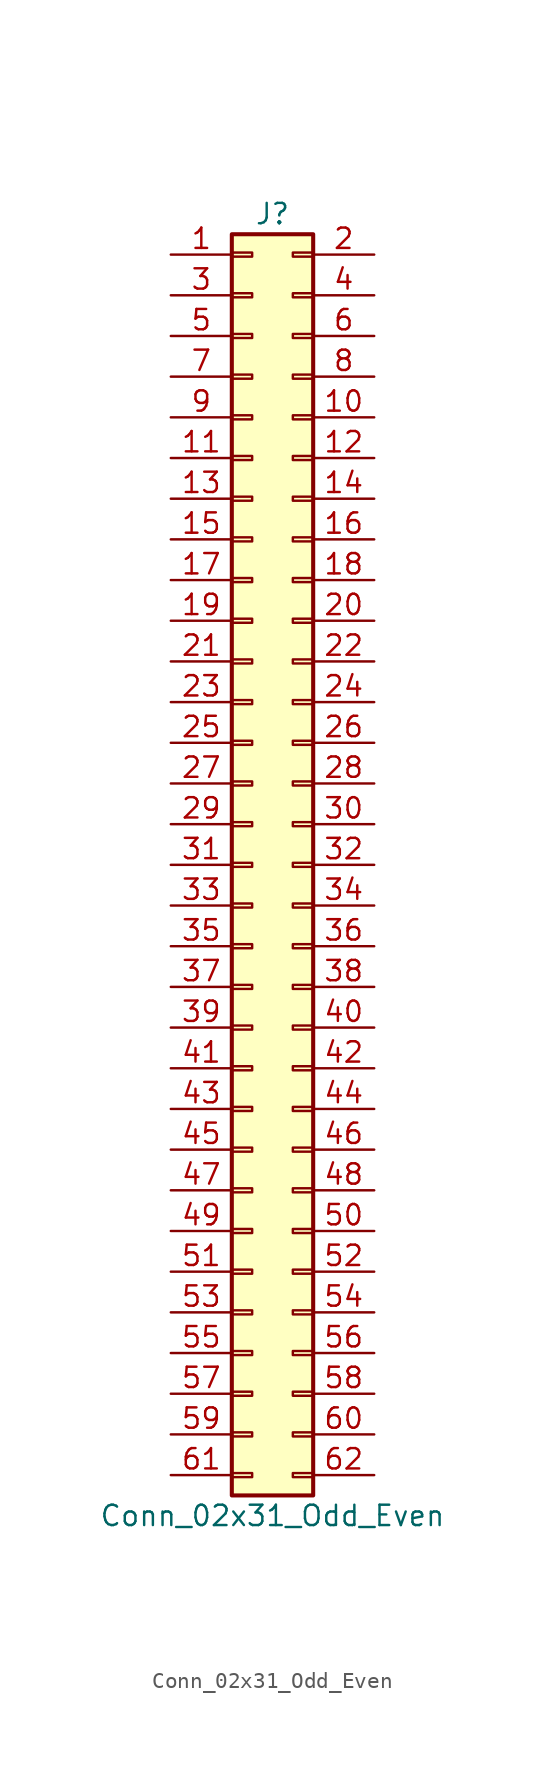
<source format=kicad_sym>
(kicad_symbol_lib
  (version 20201005)
  (generator kicad_symbol_editor)
  (symbol "Conn_02x31_Odd_Even"
    (pin_names
      (offset 1.016) hide)
    (property "Reference" "J"
      (at 1.27 40.64 0)
      (effects (font (size 1.27 1.27))))
    (property "Value" "Conn_02x31_Odd_Even"
      (at 1.27 -40.64 0)
      (effects (font (size 1.27 1.27))))
    (symbol "Conn_02x31_Odd_Even_1_1"
      (rectangle (start -1.27 -37.973) (end 0 -38.227) (stroke (width 0.152)) (fill (type none)))
      (rectangle (start -1.27 -35.433) (end 0 -35.687) (stroke (width 0.152)) (fill (type none)))
      (rectangle (start -1.27 -32.893) (end 0 -33.147) (stroke (width 0.152)) (fill (type none)))
      (rectangle (start -1.27 -30.353) (end 0 -30.607) (stroke (width 0.152)) (fill (type none)))
      (rectangle (start -1.27 -27.813) (end 0 -28.067) (stroke (width 0.152)) (fill (type none)))
      (rectangle (start -1.27 -25.273) (end 0 -25.527) (stroke (width 0.152)) (fill (type none)))
      (rectangle (start -1.27 -22.733) (end 0 -22.987) (stroke (width 0.152)) (fill (type none)))
      (rectangle (start -1.27 -20.193) (end 0 -20.447) (stroke (width 0.152)) (fill (type none)))
      (rectangle (start -1.27 -17.653) (end 0 -17.907) (stroke (width 0.152)) (fill (type none)))
      (rectangle (start -1.27 -15.113) (end 0 -15.367) (stroke (width 0.152)) (fill (type none)))
      (rectangle (start -1.27 -12.573) (end 0 -12.827) (stroke (width 0.152)) (fill (type none)))
      (rectangle (start -1.27 -10.033) (end 0 -10.287) (stroke (width 0.152)) (fill (type none)))
      (rectangle (start -1.27 -7.493) (end 0 -7.747) (stroke (width 0.152)) (fill (type none)))
      (rectangle (start -1.27 -4.953) (end 0 -5.207) (stroke (width 0.152)) (fill (type none)))
      (rectangle (start -1.27 -2.413) (end 0 -2.667) (stroke (width 0.152)) (fill (type none)))
      (rectangle (start -1.27 0.127) (end 0 -0.127) (stroke (width 0.152)) (fill (type none)))
      (rectangle (start -1.27 2.667) (end 0 2.413) (stroke (width 0.152)) (fill (type none)))
      (rectangle (start -1.27 5.207) (end 0 4.953) (stroke (width 0.152)) (fill (type none)))
      (rectangle (start -1.27 7.747) (end 0 7.493) (stroke (width 0.152)) (fill (type none)))
      (rectangle (start -1.27 10.287) (end 0 10.033) (stroke (width 0.152)) (fill (type none)))
      (rectangle (start -1.27 12.827) (end 0 12.573) (stroke (width 0.152)) (fill (type none)))
      (rectangle (start -1.27 15.367) (end 0 15.113) (stroke (width 0.152)) (fill (type none)))
      (rectangle (start -1.27 17.907) (end 0 17.653) (stroke (width 0.152)) (fill (type none)))
      (rectangle (start -1.27 20.447) (end 0 20.193) (stroke (width 0.152)) (fill (type none)))
      (rectangle (start -1.27 22.987) (end 0 22.733) (stroke (width 0.152)) (fill (type none)))
      (rectangle (start -1.27 25.527) (end 0 25.273) (stroke (width 0.152)) (fill (type none)))
      (rectangle (start -1.27 28.067) (end 0 27.813) (stroke (width 0.152)) (fill (type none)))
      (rectangle (start -1.27 30.607) (end 0 30.353) (stroke (width 0.152)) (fill (type none)))
      (rectangle (start -1.27 33.147) (end 0 32.893) (stroke (width 0.152)) (fill (type none)))
      (rectangle (start -1.27 35.687) (end 0 35.433) (stroke (width 0.152)) (fill (type none)))
      (rectangle (start -1.27 38.227) (end 0 37.973) (stroke (width 0.152)) (fill (type none)))
      (rectangle (start 3.81 -37.973) (end 2.54 -38.227) (stroke (width 0.152)) (fill (type none)))
      (rectangle (start 3.81 -35.433) (end 2.54 -35.687) (stroke (width 0.152)) (fill (type none)))
      (rectangle (start 3.81 -32.893) (end 2.54 -33.147) (stroke (width 0.152)) (fill (type none)))
      (rectangle (start 3.81 -30.353) (end 2.54 -30.607) (stroke (width 0.152)) (fill (type none)))
      (rectangle (start 3.81 -27.813) (end 2.54 -28.067) (stroke (width 0.152)) (fill (type none)))
      (rectangle (start 3.81 -25.273) (end 2.54 -25.527) (stroke (width 0.152)) (fill (type none)))
      (rectangle (start 3.81 -22.733) (end 2.54 -22.987) (stroke (width 0.152)) (fill (type none)))
      (rectangle (start 3.81 -20.193) (end 2.54 -20.447) (stroke (width 0.152)) (fill (type none)))
      (rectangle (start 3.81 -17.653) (end 2.54 -17.907) (stroke (width 0.152)) (fill (type none)))
      (rectangle (start 3.81 -15.113) (end 2.54 -15.367) (stroke (width 0.152)) (fill (type none)))
      (rectangle (start 3.81 -12.573) (end 2.54 -12.827) (stroke (width 0.152)) (fill (type none)))
      (rectangle (start 3.81 -10.033) (end 2.54 -10.287) (stroke (width 0.152)) (fill (type none)))
      (rectangle (start 3.81 -7.493) (end 2.54 -7.747) (stroke (width 0.152)) (fill (type none)))
      (rectangle (start 3.81 -4.953) (end 2.54 -5.207) (stroke (width 0.152)) (fill (type none)))
      (rectangle (start 3.81 -2.413) (end 2.54 -2.667) (stroke (width 0.152)) (fill (type none)))
      (rectangle (start 3.81 0.127) (end 2.54 -0.127) (stroke (width 0.152)) (fill (type none)))
      (rectangle (start 3.81 2.667) (end 2.54 2.413) (stroke (width 0.152)) (fill (type none)))
      (rectangle (start 3.81 5.207) (end 2.54 4.953) (stroke (width 0.152)) (fill (type none)))
      (rectangle (start 3.81 7.747) (end 2.54 7.493) (stroke (width 0.152)) (fill (type none)))
      (rectangle (start 3.81 10.287) (end 2.54 10.033) (stroke (width 0.152)) (fill (type none)))
      (rectangle (start 3.81 12.827) (end 2.54 12.573) (stroke (width 0.152)) (fill (type none)))
      (rectangle (start 3.81 15.367) (end 2.54 15.113) (stroke (width 0.152)) (fill (type none)))
      (rectangle (start 3.81 17.907) (end 2.54 17.653) (stroke (width 0.152)) (fill (type none)))
      (rectangle (start 3.81 20.447) (end 2.54 20.193) (stroke (width 0.152)) (fill (type none)))
      (rectangle (start 3.81 22.987) (end 2.54 22.733) (stroke (width 0.152)) (fill (type none)))
      (rectangle (start 3.81 25.527) (end 2.54 25.273) (stroke (width 0.152)) (fill (type none)))
      (rectangle (start 3.81 28.067) (end 2.54 27.813) (stroke (width 0.152)) (fill (type none)))
      (rectangle (start 3.81 30.607) (end 2.54 30.353) (stroke (width 0.152)) (fill (type none)))
      (rectangle (start 3.81 33.147) (end 2.54 32.893) (stroke (width 0.152)) (fill (type none)))
      (rectangle (start 3.81 35.687) (end 2.54 35.433) (stroke (width 0.152)) (fill (type none)))
      (rectangle (start 3.81 38.227) (end 2.54 37.973) (stroke (width 0.152)) (fill (type none)))
      (rectangle (start -1.27 39.37) (end 3.81 -39.37) (stroke (width 0.254)) (fill (type background)))
      (pin passive line (at -5.08 38.1 0) (length 3.81) (name "Pin_1" (effects (font (size 1.27 1.27)))) (number "1" (effects (font (size 1.27 1.27)))))
      (pin passive line (at 7.62 27.94 180) (length 3.81) (name "Pin_10" (effects (font (size 1.27 1.27)))) (number "10" (effects (font (size 1.27 1.27)))))
      (pin passive line (at -5.08 25.4 0) (length 3.81) (name "Pin_11" (effects (font (size 1.27 1.27)))) (number "11" (effects (font (size 1.27 1.27)))))
      (pin passive line (at 7.62 25.4 180) (length 3.81) (name "Pin_12" (effects (font (size 1.27 1.27)))) (number "12" (effects (font (size 1.27 1.27)))))
      (pin passive line (at -5.08 22.86 0) (length 3.81) (name "Pin_13" (effects (font (size 1.27 1.27)))) (number "13" (effects (font (size 1.27 1.27)))))
      (pin passive line (at 7.62 22.86 180) (length 3.81) (name "Pin_14" (effects (font (size 1.27 1.27)))) (number "14" (effects (font (size 1.27 1.27)))))
      (pin passive line (at -5.08 20.32 0) (length 3.81) (name "Pin_15" (effects (font (size 1.27 1.27)))) (number "15" (effects (font (size 1.27 1.27)))))
      (pin passive line (at 7.62 20.32 180) (length 3.81) (name "Pin_16" (effects (font (size 1.27 1.27)))) (number "16" (effects (font (size 1.27 1.27)))))
      (pin passive line (at -5.08 17.78 0) (length 3.81) (name "Pin_17" (effects (font (size 1.27 1.27)))) (number "17" (effects (font (size 1.27 1.27)))))
      (pin passive line (at 7.62 17.78 180) (length 3.81) (name "Pin_18" (effects (font (size 1.27 1.27)))) (number "18" (effects (font (size 1.27 1.27)))))
      (pin passive line (at -5.08 15.24 0) (length 3.81) (name "Pin_19" (effects (font (size 1.27 1.27)))) (number "19" (effects (font (size 1.27 1.27)))))
      (pin passive line (at 7.62 38.1 180) (length 3.81) (name "Pin_2" (effects (font (size 1.27 1.27)))) (number "2" (effects (font (size 1.27 1.27)))))
      (pin passive line (at 7.62 15.24 180) (length 3.81) (name "Pin_20" (effects (font (size 1.27 1.27)))) (number "20" (effects (font (size 1.27 1.27)))))
      (pin passive line (at -5.08 12.7 0) (length 3.81) (name "Pin_21" (effects (font (size 1.27 1.27)))) (number "21" (effects (font (size 1.27 1.27)))))
      (pin passive line (at 7.62 12.7 180) (length 3.81) (name "Pin_22" (effects (font (size 1.27 1.27)))) (number "22" (effects (font (size 1.27 1.27)))))
      (pin passive line (at -5.08 10.16 0) (length 3.81) (name "Pin_23" (effects (font (size 1.27 1.27)))) (number "23" (effects (font (size 1.27 1.27)))))
      (pin passive line (at 7.62 10.16 180) (length 3.81) (name "Pin_24" (effects (font (size 1.27 1.27)))) (number "24" (effects (font (size 1.27 1.27)))))
      (pin passive line (at -5.08 7.62 0) (length 3.81) (name "Pin_25" (effects (font (size 1.27 1.27)))) (number "25" (effects (font (size 1.27 1.27)))))
      (pin passive line (at 7.62 7.62 180) (length 3.81) (name "Pin_26" (effects (font (size 1.27 1.27)))) (number "26" (effects (font (size 1.27 1.27)))))
      (pin passive line (at -5.08 5.08 0) (length 3.81) (name "Pin_27" (effects (font (size 1.27 1.27)))) (number "27" (effects (font (size 1.27 1.27)))))
      (pin passive line (at 7.62 5.08 180) (length 3.81) (name "Pin_28" (effects (font (size 1.27 1.27)))) (number "28" (effects (font (size 1.27 1.27)))))
      (pin passive line (at -5.08 2.54 0) (length 3.81) (name "Pin_29" (effects (font (size 1.27 1.27)))) (number "29" (effects (font (size 1.27 1.27)))))
      (pin passive line (at -5.08 35.56 0) (length 3.81) (name "Pin_3" (effects (font (size 1.27 1.27)))) (number "3" (effects (font (size 1.27 1.27)))))
      (pin passive line (at 7.62 2.54 180) (length 3.81) (name "Pin_30" (effects (font (size 1.27 1.27)))) (number "30" (effects (font (size 1.27 1.27)))))
      (pin passive line (at -5.08 0 0) (length 3.81) (name "Pin_31" (effects (font (size 1.27 1.27)))) (number "31" (effects (font (size 1.27 1.27)))))
      (pin passive line (at 7.62 0 180) (length 3.81) (name "Pin_32" (effects (font (size 1.27 1.27)))) (number "32" (effects (font (size 1.27 1.27)))))
      (pin passive line (at -5.08 -2.54 0) (length 3.81) (name "Pin_33" (effects (font (size 1.27 1.27)))) (number "33" (effects (font (size 1.27 1.27)))))
      (pin passive line (at 7.62 -2.54 180) (length 3.81) (name "Pin_34" (effects (font (size 1.27 1.27)))) (number "34" (effects (font (size 1.27 1.27)))))
      (pin passive line (at -5.08 -5.08 0) (length 3.81) (name "Pin_35" (effects (font (size 1.27 1.27)))) (number "35" (effects (font (size 1.27 1.27)))))
      (pin passive line (at 7.62 -5.08 180) (length 3.81) (name "Pin_36" (effects (font (size 1.27 1.27)))) (number "36" (effects (font (size 1.27 1.27)))))
      (pin passive line (at -5.08 -7.62 0) (length 3.81) (name "Pin_37" (effects (font (size 1.27 1.27)))) (number "37" (effects (font (size 1.27 1.27)))))
      (pin passive line (at 7.62 -7.62 180) (length 3.81) (name "Pin_38" (effects (font (size 1.27 1.27)))) (number "38" (effects (font (size 1.27 1.27)))))
      (pin passive line (at -5.08 -10.16 0) (length 3.81) (name "Pin_39" (effects (font (size 1.27 1.27)))) (number "39" (effects (font (size 1.27 1.27)))))
      (pin passive line (at 7.62 35.56 180) (length 3.81) (name "Pin_4" (effects (font (size 1.27 1.27)))) (number "4" (effects (font (size 1.27 1.27)))))
      (pin passive line (at 7.62 -10.16 180) (length 3.81) (name "Pin_40" (effects (font (size 1.27 1.27)))) (number "40" (effects (font (size 1.27 1.27)))))
      (pin passive line (at -5.08 -12.7 0) (length 3.81) (name "Pin_41" (effects (font (size 1.27 1.27)))) (number "41" (effects (font (size 1.27 1.27)))))
      (pin passive line (at 7.62 -12.7 180) (length 3.81) (name "Pin_42" (effects (font (size 1.27 1.27)))) (number "42" (effects (font (size 1.27 1.27)))))
      (pin passive line (at -5.08 -15.24 0) (length 3.81) (name "Pin_43" (effects (font (size 1.27 1.27)))) (number "43" (effects (font (size 1.27 1.27)))))
      (pin passive line (at 7.62 -15.24 180) (length 3.81) (name "Pin_44" (effects (font (size 1.27 1.27)))) (number "44" (effects (font (size 1.27 1.27)))))
      (pin passive line (at -5.08 -17.78 0) (length 3.81) (name "Pin_45" (effects (font (size 1.27 1.27)))) (number "45" (effects (font (size 1.27 1.27)))))
      (pin passive line (at 7.62 -17.78 180) (length 3.81) (name "Pin_46" (effects (font (size 1.27 1.27)))) (number "46" (effects (font (size 1.27 1.27)))))
      (pin passive line (at -5.08 -20.32 0) (length 3.81) (name "Pin_47" (effects (font (size 1.27 1.27)))) (number "47" (effects (font (size 1.27 1.27)))))
      (pin passive line (at 7.62 -20.32 180) (length 3.81) (name "Pin_48" (effects (font (size 1.27 1.27)))) (number "48" (effects (font (size 1.27 1.27)))))
      (pin passive line (at -5.08 -22.86 0) (length 3.81) (name "Pin_49" (effects (font (size 1.27 1.27)))) (number "49" (effects (font (size 1.27 1.27)))))
      (pin passive line (at -5.08 33.02 0) (length 3.81) (name "Pin_5" (effects (font (size 1.27 1.27)))) (number "5" (effects (font (size 1.27 1.27)))))
      (pin passive line (at 7.62 -22.86 180) (length 3.81) (name "Pin_50" (effects (font (size 1.27 1.27)))) (number "50" (effects (font (size 1.27 1.27)))))
      (pin passive line (at -5.08 -25.4 0) (length 3.81) (name "Pin_51" (effects (font (size 1.27 1.27)))) (number "51" (effects (font (size 1.27 1.27)))))
      (pin passive line (at 7.62 -25.4 180) (length 3.81) (name "Pin_52" (effects (font (size 1.27 1.27)))) (number "52" (effects (font (size 1.27 1.27)))))
      (pin passive line (at -5.08 -27.94 0) (length 3.81) (name "Pin_53" (effects (font (size 1.27 1.27)))) (number "53" (effects (font (size 1.27 1.27)))))
      (pin passive line (at 7.62 -27.94 180) (length 3.81) (name "Pin_54" (effects (font (size 1.27 1.27)))) (number "54" (effects (font (size 1.27 1.27)))))
      (pin passive line (at -5.08 -30.48 0) (length 3.81) (name "Pin_55" (effects (font (size 1.27 1.27)))) (number "55" (effects (font (size 1.27 1.27)))))
      (pin passive line (at 7.62 -30.48 180) (length 3.81) (name "Pin_56" (effects (font (size 1.27 1.27)))) (number "56" (effects (font (size 1.27 1.27)))))
      (pin passive line (at -5.08 -33.02 0) (length 3.81) (name "Pin_57" (effects (font (size 1.27 1.27)))) (number "57" (effects (font (size 1.27 1.27)))))
      (pin passive line (at 7.62 -33.02 180) (length 3.81) (name "Pin_58" (effects (font (size 1.27 1.27)))) (number "58" (effects (font (size 1.27 1.27)))))
      (pin passive line (at -5.08 -35.56 0) (length 3.81) (name "Pin_59" (effects (font (size 1.27 1.27)))) (number "59" (effects (font (size 1.27 1.27)))))
      (pin passive line (at 7.62 33.02 180) (length 3.81) (name "Pin_6" (effects (font (size 1.27 1.27)))) (number "6" (effects (font (size 1.27 1.27)))))
      (pin passive line (at 7.62 -35.56 180) (length 3.81) (name "Pin_60" (effects (font (size 1.27 1.27)))) (number "60" (effects (font (size 1.27 1.27)))))
      (pin passive line (at -5.08 -38.1 0) (length 3.81) (name "Pin_61" (effects (font (size 1.27 1.27)))) (number "61" (effects (font (size 1.27 1.27)))))
      (pin passive line (at 7.62 -38.1 180) (length 3.81) (name "Pin_62" (effects (font (size 1.27 1.27)))) (number "62" (effects (font (size 1.27 1.27)))))
      (pin passive line (at -5.08 30.48 0) (length 3.81) (name "Pin_7" (effects (font (size 1.27 1.27)))) (number "7" (effects (font (size 1.27 1.27)))))
      (pin passive line (at 7.62 30.48 180) (length 3.81) (name "Pin_8" (effects (font (size 1.27 1.27)))) (number "8" (effects (font (size 1.27 1.27)))))
      (pin passive line (at -5.08 27.94 0) (length 3.81) (name "Pin_9" (effects (font (size 1.27 1.27)))) (number "9" (effects (font (size 1.27 1.27))))))))
</source>
